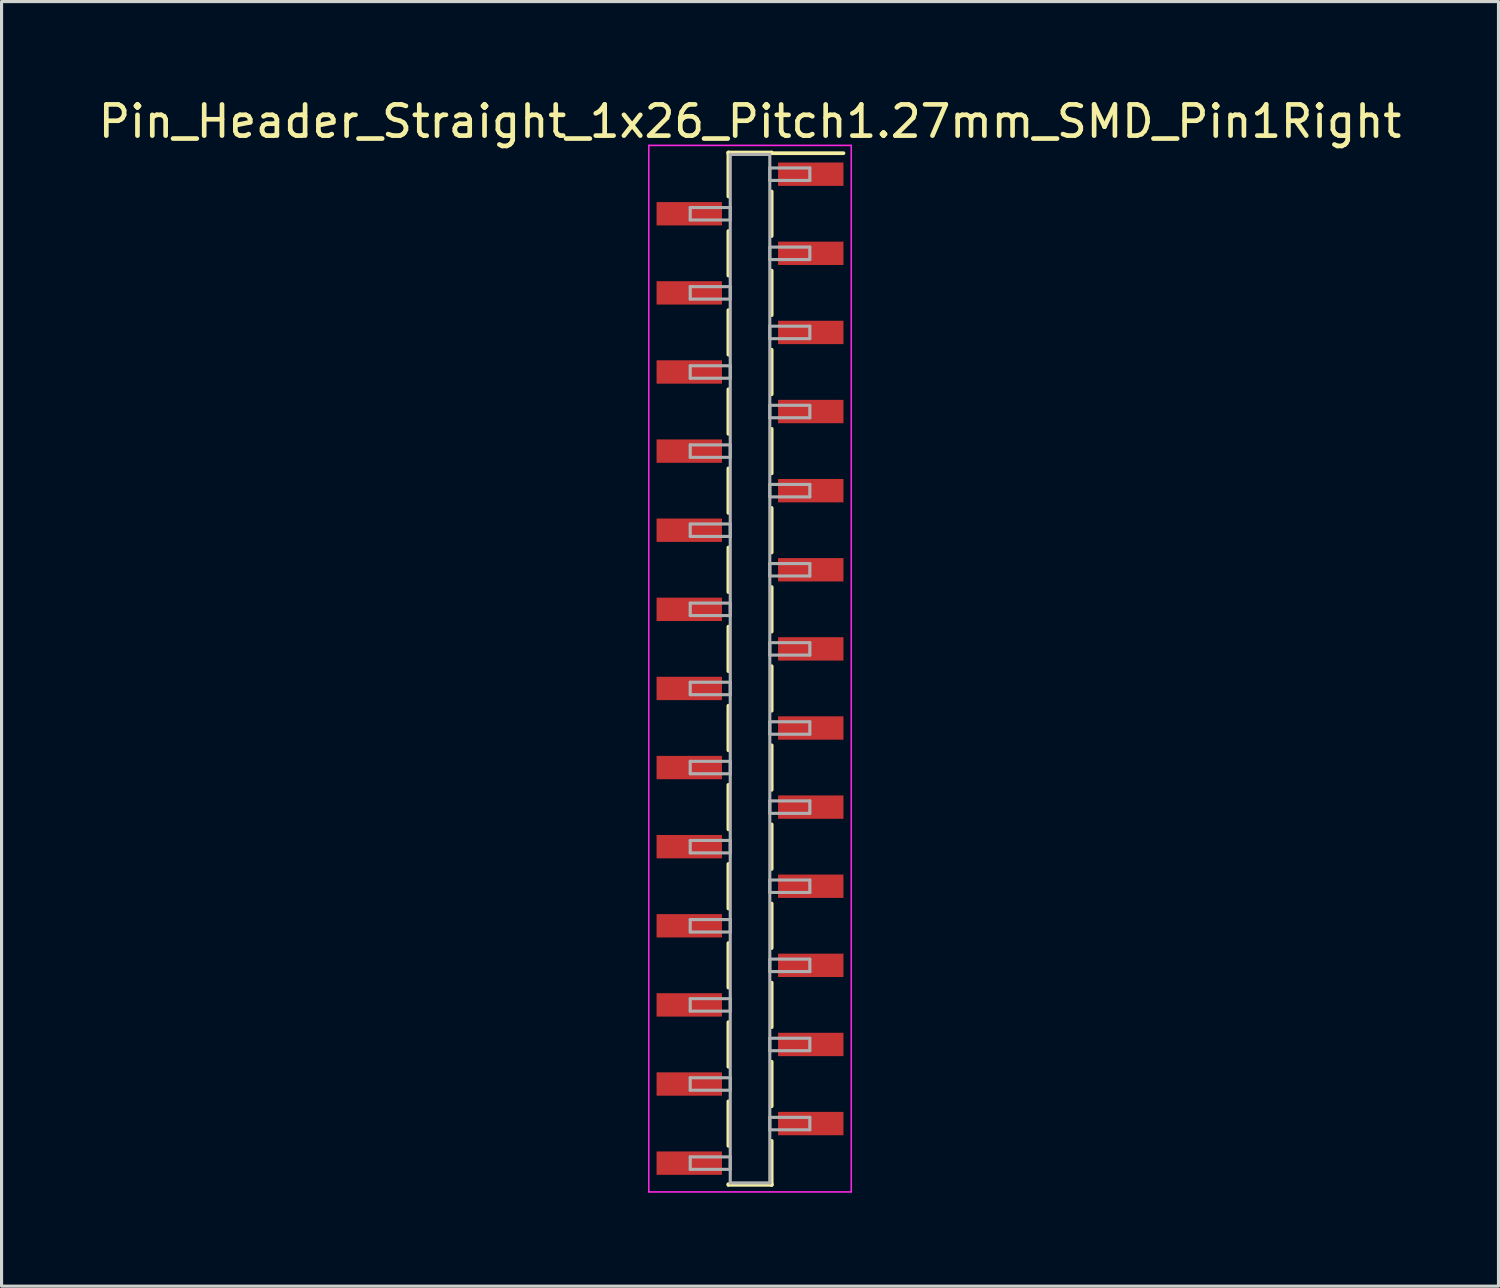
<source format=kicad_pcb>
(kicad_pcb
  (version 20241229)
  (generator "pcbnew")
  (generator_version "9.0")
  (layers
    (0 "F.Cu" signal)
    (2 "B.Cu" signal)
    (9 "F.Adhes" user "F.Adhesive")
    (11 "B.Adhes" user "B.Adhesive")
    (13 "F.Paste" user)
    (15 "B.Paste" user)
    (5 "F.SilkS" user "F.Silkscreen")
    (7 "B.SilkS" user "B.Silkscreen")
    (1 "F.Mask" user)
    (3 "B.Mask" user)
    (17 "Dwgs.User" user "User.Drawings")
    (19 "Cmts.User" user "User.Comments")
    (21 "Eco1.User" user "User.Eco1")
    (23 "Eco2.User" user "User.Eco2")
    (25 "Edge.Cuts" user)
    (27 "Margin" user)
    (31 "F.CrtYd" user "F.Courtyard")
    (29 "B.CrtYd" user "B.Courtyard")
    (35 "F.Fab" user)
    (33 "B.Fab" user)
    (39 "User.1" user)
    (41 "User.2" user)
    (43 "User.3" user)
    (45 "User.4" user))
  (footprint "Pin_Header_Straight_1x26_Pitch1.27mm_SMD_Pin1Right"
    (layer "F.Cu")
    (at 21.03 18.418)
    (property "Reference" "Pin_Header_Straight_1x26_Pitch1.27mm_SMD_Pin1Right" (at 0 -17.57 0) (layer "F.SilkS") (effects (font (size 1 1) (thickness 0.15))))
    (attr smd)
    (fp_line (start -0.695 -16.57) (end -0.695 -15.16) (stroke (width 0.12) (type solid)) (layer "F.SilkS"))
    (fp_line (start -0.695 -16.57) (end 0.695 -16.57) (stroke (width 0.12) (type solid)) (layer "F.SilkS"))
    (fp_line (start -0.695 -16.55) (end -0.695 -16.57) (stroke (width 0.12) (type solid)) (layer "F.SilkS"))
    (fp_line (start -0.695 -14.05) (end -0.695 -12.62) (stroke (width 0.12) (type solid)) (layer "F.SilkS"))
    (fp_line (start -0.695 -11.51) (end -0.695 -10.08) (stroke (width 0.12) (type solid)) (layer "F.SilkS"))
    (fp_line (start -0.695 -8.97) (end -0.695 -7.54) (stroke (width 0.12) (type solid)) (layer "F.SilkS"))
    (fp_line (start -0.695 -6.43) (end -0.695 -5) (stroke (width 0.12) (type solid)) (layer "F.SilkS"))
    (fp_line (start -0.695 -3.89) (end -0.695 -2.46) (stroke (width 0.12) (type solid)) (layer "F.SilkS"))
    (fp_line (start -0.695 -1.35) (end -0.695 0.08) (stroke (width 0.12) (type solid)) (layer "F.SilkS"))
    (fp_line (start -0.695 1.19) (end -0.695 2.62) (stroke (width 0.12) (type solid)) (layer "F.SilkS"))
    (fp_line (start -0.695 3.73) (end -0.695 5.16) (stroke (width 0.12) (type solid)) (layer "F.SilkS"))
    (fp_line (start -0.695 6.27) (end -0.695 7.7) (stroke (width 0.12) (type solid)) (layer "F.SilkS"))
    (fp_line (start -0.695 8.81) (end -0.695 10.24) (stroke (width 0.12) (type solid)) (layer "F.SilkS"))
    (fp_line (start -0.695 11.35) (end -0.695 12.78) (stroke (width 0.12) (type solid)) (layer "F.SilkS"))
    (fp_line (start -0.695 13.89) (end -0.695 15.32) (stroke (width 0.12) (type solid)) (layer "F.SilkS"))
    (fp_line (start -0.695 16.55) (end -0.695 16.57) (stroke (width 0.12) (type solid)) (layer "F.SilkS"))
    (fp_line (start -0.695 16.57) (end 0.695 16.57) (stroke (width 0.12) (type solid)) (layer "F.SilkS"))
    (fp_line (start 0.695 -16.57) (end 0.695 -16.55) (stroke (width 0.12) (type solid)) (layer "F.SilkS"))
    (fp_line (start 0.695 -16.55) (end 3 -16.55) (stroke (width 0.12) (type solid)) (layer "F.SilkS"))
    (fp_line (start 0.695 -15.32) (end 0.695 -13.89) (stroke (width 0.12) (type solid)) (layer "F.SilkS"))
    (fp_line (start 0.695 -12.78) (end 0.695 -11.35) (stroke (width 0.12) (type solid)) (layer "F.SilkS"))
    (fp_line (start 0.695 -10.24) (end 0.695 -8.81) (stroke (width 0.12) (type solid)) (layer "F.SilkS"))
    (fp_line (start 0.695 -7.7) (end 0.695 -6.27) (stroke (width 0.12) (type solid)) (layer "F.SilkS"))
    (fp_line (start 0.695 -5.16) (end 0.695 -3.73) (stroke (width 0.12) (type solid)) (layer "F.SilkS"))
    (fp_line (start 0.695 -2.62) (end 0.695 -1.19) (stroke (width 0.12) (type solid)) (layer "F.SilkS"))
    (fp_line (start 0.695 -0.08) (end 0.695 1.35) (stroke (width 0.12) (type solid)) (layer "F.SilkS"))
    (fp_line (start 0.695 2.46) (end 0.695 3.89) (stroke (width 0.12) (type solid)) (layer "F.SilkS"))
    (fp_line (start 0.695 5) (end 0.695 6.43) (stroke (width 0.12) (type solid)) (layer "F.SilkS"))
    (fp_line (start 0.695 7.54) (end 0.695 8.97) (stroke (width 0.12) (type solid)) (layer "F.SilkS"))
    (fp_line (start 0.695 10.08) (end 0.695 11.51) (stroke (width 0.12) (type solid)) (layer "F.SilkS"))
    (fp_line (start 0.695 12.62) (end 0.695 14.05) (stroke (width 0.12) (type solid)) (layer "F.SilkS"))
    (fp_line (start 0.695 15.16) (end 0.695 16.57) (stroke (width 0.12) (type solid)) (layer "F.SilkS"))
    (fp_line (start 0.695 16.57) (end 0.695 16.55) (stroke (width 0.12) (type solid)) (layer "F.SilkS"))
    (fp_line (start -3.25 -16.8) (end -3.25 16.8) (stroke (width 0.05) (type solid)) (layer "F.CrtYd"))
    (fp_line (start -3.25 16.8) (end 3.25 16.8) (stroke (width 0.05) (type solid)) (layer "F.CrtYd"))
    (fp_line (start 3.25 -16.8) (end -3.25 -16.8) (stroke (width 0.05) (type solid)) (layer "F.CrtYd"))
    (fp_line (start 3.25 16.8) (end 3.25 -16.8) (stroke (width 0.05) (type solid)) (layer "F.CrtYd"))
    (fp_line (start -1.92 -14.805) (end -0.635 -14.805) (stroke (width 0.1) (type solid)) (layer "F.Fab"))
    (fp_line (start -1.92 -14.405) (end -1.92 -14.805) (stroke (width 0.1) (type solid)) (layer "F.Fab"))
    (fp_line (start -1.92 -12.265) (end -0.635 -12.265) (stroke (width 0.1) (type solid)) (layer "F.Fab"))
    (fp_line (start -1.92 -11.865) (end -1.92 -12.265) (stroke (width 0.1) (type solid)) (layer "F.Fab"))
    (fp_line (start -1.92 -9.725) (end -0.635 -9.725) (stroke (width 0.1) (type solid)) (layer "F.Fab"))
    (fp_line (start -1.92 -9.325) (end -1.92 -9.725) (stroke (width 0.1) (type solid)) (layer "F.Fab"))
    (fp_line (start -1.92 -7.185) (end -0.635 -7.185) (stroke (width 0.1) (type solid)) (layer "F.Fab"))
    (fp_line (start -1.92 -6.785) (end -1.92 -7.185) (stroke (width 0.1) (type solid)) (layer "F.Fab"))
    (fp_line (start -1.92 -4.645) (end -0.635 -4.645) (stroke (width 0.1) (type solid)) (layer "F.Fab"))
    (fp_line (start -1.92 -4.245) (end -1.92 -4.645) (stroke (width 0.1) (type solid)) (layer "F.Fab"))
    (fp_line (start -1.92 -2.105) (end -0.635 -2.105) (stroke (width 0.1) (type solid)) (layer "F.Fab"))
    (fp_line (start -1.92 -1.705) (end -1.92 -2.105) (stroke (width 0.1) (type solid)) (layer "F.Fab"))
    (fp_line (start -1.92 0.435) (end -0.635 0.435) (stroke (width 0.1) (type solid)) (layer "F.Fab"))
    (fp_line (start -1.92 0.835) (end -1.92 0.435) (stroke (width 0.1) (type solid)) (layer "F.Fab"))
    (fp_line (start -1.92 2.975) (end -0.635 2.975) (stroke (width 0.1) (type solid)) (layer "F.Fab"))
    (fp_line (start -1.92 3.375) (end -1.92 2.975) (stroke (width 0.1) (type solid)) (layer "F.Fab"))
    (fp_line (start -1.92 5.515) (end -0.635 5.515) (stroke (width 0.1) (type solid)) (layer "F.Fab"))
    (fp_line (start -1.92 5.915) (end -1.92 5.515) (stroke (width 0.1) (type solid)) (layer "F.Fab"))
    (fp_line (start -1.92 8.055) (end -0.635 8.055) (stroke (width 0.1) (type solid)) (layer "F.Fab"))
    (fp_line (start -1.92 8.455) (end -1.92 8.055) (stroke (width 0.1) (type solid)) (layer "F.Fab"))
    (fp_line (start -1.92 10.595) (end -0.635 10.595) (stroke (width 0.1) (type solid)) (layer "F.Fab"))
    (fp_line (start -1.92 10.995) (end -1.92 10.595) (stroke (width 0.1) (type solid)) (layer "F.Fab"))
    (fp_line (start -1.92 13.135) (end -0.635 13.135) (stroke (width 0.1) (type solid)) (layer "F.Fab"))
    (fp_line (start -1.92 13.535) (end -1.92 13.135) (stroke (width 0.1) (type solid)) (layer "F.Fab"))
    (fp_line (start -1.92 15.675) (end -0.635 15.675) (stroke (width 0.1) (type solid)) (layer "F.Fab"))
    (fp_line (start -1.92 16.075) (end -1.92 15.675) (stroke (width 0.1) (type solid)) (layer "F.Fab"))
    (fp_line (start -0.635 -16.51) (end -0.635 16.51) (stroke (width 0.1) (type solid)) (layer "F.Fab"))
    (fp_line (start -0.635 -14.805) (end -0.635 -14.405) (stroke (width 0.1) (type solid)) (layer "F.Fab"))
    (fp_line (start -0.635 -14.405) (end -1.92 -14.405) (stroke (width 0.1) (type solid)) (layer "F.Fab"))
    (fp_line (start -0.635 -12.265) (end -0.635 -11.865) (stroke (width 0.1) (type solid)) (layer "F.Fab"))
    (fp_line (start -0.635 -11.865) (end -1.92 -11.865) (stroke (width 0.1) (type solid)) (layer "F.Fab"))
    (fp_line (start -0.635 -9.725) (end -0.635 -9.325) (stroke (width 0.1) (type solid)) (layer "F.Fab"))
    (fp_line (start -0.635 -9.325) (end -1.92 -9.325) (stroke (width 0.1) (type solid)) (layer "F.Fab"))
    (fp_line (start -0.635 -7.185) (end -0.635 -6.785) (stroke (width 0.1) (type solid)) (layer "F.Fab"))
    (fp_line (start -0.635 -6.785) (end -1.92 -6.785) (stroke (width 0.1) (type solid)) (layer "F.Fab"))
    (fp_line (start -0.635 -4.645) (end -0.635 -4.245) (stroke (width 0.1) (type solid)) (layer "F.Fab"))
    (fp_line (start -0.635 -4.245) (end -1.92 -4.245) (stroke (width 0.1) (type solid)) (layer "F.Fab"))
    (fp_line (start -0.635 -2.105) (end -0.635 -1.705) (stroke (width 0.1) (type solid)) (layer "F.Fab"))
    (fp_line (start -0.635 -1.705) (end -1.92 -1.705) (stroke (width 0.1) (type solid)) (layer "F.Fab"))
    (fp_line (start -0.635 0.435) (end -0.635 0.835) (stroke (width 0.1) (type solid)) (layer "F.Fab"))
    (fp_line (start -0.635 0.835) (end -1.92 0.835) (stroke (width 0.1) (type solid)) (layer "F.Fab"))
    (fp_line (start -0.635 2.975) (end -0.635 3.375) (stroke (width 0.1) (type solid)) (layer "F.Fab"))
    (fp_line (start -0.635 3.375) (end -1.92 3.375) (stroke (width 0.1) (type solid)) (layer "F.Fab"))
    (fp_line (start -0.635 5.515) (end -0.635 5.915) (stroke (width 0.1) (type solid)) (layer "F.Fab"))
    (fp_line (start -0.635 5.915) (end -1.92 5.915) (stroke (width 0.1) (type solid)) (layer "F.Fab"))
    (fp_line (start -0.635 8.055) (end -0.635 8.455) (stroke (width 0.1) (type solid)) (layer "F.Fab"))
    (fp_line (start -0.635 8.455) (end -1.92 8.455) (stroke (width 0.1) (type solid)) (layer "F.Fab"))
    (fp_line (start -0.635 10.595) (end -0.635 10.995) (stroke (width 0.1) (type solid)) (layer "F.Fab"))
    (fp_line (start -0.635 10.995) (end -1.92 10.995) (stroke (width 0.1) (type solid)) (layer "F.Fab"))
    (fp_line (start -0.635 13.135) (end -0.635 13.535) (stroke (width 0.1) (type solid)) (layer "F.Fab"))
    (fp_line (start -0.635 13.535) (end -1.92 13.535) (stroke (width 0.1) (type solid)) (layer "F.Fab"))
    (fp_line (start -0.635 15.675) (end -0.635 16.075) (stroke (width 0.1) (type solid)) (layer "F.Fab"))
    (fp_line (start -0.635 16.075) (end -1.92 16.075) (stroke (width 0.1) (type solid)) (layer "F.Fab"))
    (fp_line (start -0.635 16.51) (end 0.635 16.51) (stroke (width 0.1) (type solid)) (layer "F.Fab"))
    (fp_line (start 0.635 -16.51) (end -0.635 -16.51) (stroke (width 0.1) (type solid)) (layer "F.Fab"))
    (fp_line (start 0.635 -16.075) (end 0.635 -15.675) (stroke (width 0.1) (type solid)) (layer "F.Fab"))
    (fp_line (start 0.635 -15.675) (end 1.92 -15.675) (stroke (width 0.1) (type solid)) (layer "F.Fab"))
    (fp_line (start 0.635 -13.535) (end 0.635 -13.135) (stroke (width 0.1) (type solid)) (layer "F.Fab"))
    (fp_line (start 0.635 -13.135) (end 1.92 -13.135) (stroke (width 0.1) (type solid)) (layer "F.Fab"))
    (fp_line (start 0.635 -10.995) (end 0.635 -10.595) (stroke (width 0.1) (type solid)) (layer "F.Fab"))
    (fp_line (start 0.635 -10.595) (end 1.92 -10.595) (stroke (width 0.1) (type solid)) (layer "F.Fab"))
    (fp_line (start 0.635 -8.455) (end 0.635 -8.055) (stroke (width 0.1) (type solid)) (layer "F.Fab"))
    (fp_line (start 0.635 -8.055) (end 1.92 -8.055) (stroke (width 0.1) (type solid)) (layer "F.Fab"))
    (fp_line (start 0.635 -5.915) (end 0.635 -5.515) (stroke (width 0.1) (type solid)) (layer "F.Fab"))
    (fp_line (start 0.635 -5.515) (end 1.92 -5.515) (stroke (width 0.1) (type solid)) (layer "F.Fab"))
    (fp_line (start 0.635 -3.375) (end 0.635 -2.975) (stroke (width 0.1) (type solid)) (layer "F.Fab"))
    (fp_line (start 0.635 -2.975) (end 1.92 -2.975) (stroke (width 0.1) (type solid)) (layer "F.Fab"))
    (fp_line (start 0.635 -0.835) (end 0.635 -0.435) (stroke (width 0.1) (type solid)) (layer "F.Fab"))
    (fp_line (start 0.635 -0.435) (end 1.92 -0.435) (stroke (width 0.1) (type solid)) (layer "F.Fab"))
    (fp_line (start 0.635 1.705) (end 0.635 2.105) (stroke (width 0.1) (type solid)) (layer "F.Fab"))
    (fp_line (start 0.635 2.105) (end 1.92 2.105) (stroke (width 0.1) (type solid)) (layer "F.Fab"))
    (fp_line (start 0.635 4.245) (end 0.635 4.645) (stroke (width 0.1) (type solid)) (layer "F.Fab"))
    (fp_line (start 0.635 4.645) (end 1.92 4.645) (stroke (width 0.1) (type solid)) (layer "F.Fab"))
    (fp_line (start 0.635 6.785) (end 0.635 7.185) (stroke (width 0.1) (type solid)) (layer "F.Fab"))
    (fp_line (start 0.635 7.185) (end 1.92 7.185) (stroke (width 0.1) (type solid)) (layer "F.Fab"))
    (fp_line (start 0.635 9.325) (end 0.635 9.725) (stroke (width 0.1) (type solid)) (layer "F.Fab"))
    (fp_line (start 0.635 9.725) (end 1.92 9.725) (stroke (width 0.1) (type solid)) (layer "F.Fab"))
    (fp_line (start 0.635 11.865) (end 0.635 12.265) (stroke (width 0.1) (type solid)) (layer "F.Fab"))
    (fp_line (start 0.635 12.265) (end 1.92 12.265) (stroke (width 0.1) (type solid)) (layer "F.Fab"))
    (fp_line (start 0.635 14.405) (end 0.635 14.805) (stroke (width 0.1) (type solid)) (layer "F.Fab"))
    (fp_line (start 0.635 14.805) (end 1.92 14.805) (stroke (width 0.1) (type solid)) (layer "F.Fab"))
    (fp_line (start 0.635 16.51) (end 0.635 -16.51) (stroke (width 0.1) (type solid)) (layer "F.Fab"))
    (fp_line (start 1.92 -16.075) (end 0.635 -16.075) (stroke (width 0.1) (type solid)) (layer "F.Fab"))
    (fp_line (start 1.92 -15.675) (end 1.92 -16.075) (stroke (width 0.1) (type solid)) (layer "F.Fab"))
    (fp_line (start 1.92 -13.535) (end 0.635 -13.535) (stroke (width 0.1) (type solid)) (layer "F.Fab"))
    (fp_line (start 1.92 -13.135) (end 1.92 -13.535) (stroke (width 0.1) (type solid)) (layer "F.Fab"))
    (fp_line (start 1.92 -10.995) (end 0.635 -10.995) (stroke (width 0.1) (type solid)) (layer "F.Fab"))
    (fp_line (start 1.92 -10.595) (end 1.92 -10.995) (stroke (width 0.1) (type solid)) (layer "F.Fab"))
    (fp_line (start 1.92 -8.455) (end 0.635 -8.455) (stroke (width 0.1) (type solid)) (layer "F.Fab"))
    (fp_line (start 1.92 -8.055) (end 1.92 -8.455) (stroke (width 0.1) (type solid)) (layer "F.Fab"))
    (fp_line (start 1.92 -5.915) (end 0.635 -5.915) (stroke (width 0.1) (type solid)) (layer "F.Fab"))
    (fp_line (start 1.92 -5.515) (end 1.92 -5.915) (stroke (width 0.1) (type solid)) (layer "F.Fab"))
    (fp_line (start 1.92 -3.375) (end 0.635 -3.375) (stroke (width 0.1) (type solid)) (layer "F.Fab"))
    (fp_line (start 1.92 -2.975) (end 1.92 -3.375) (stroke (width 0.1) (type solid)) (layer "F.Fab"))
    (fp_line (start 1.92 -0.835) (end 0.635 -0.835) (stroke (width 0.1) (type solid)) (layer "F.Fab"))
    (fp_line (start 1.92 -0.435) (end 1.92 -0.835) (stroke (width 0.1) (type solid)) (layer "F.Fab"))
    (fp_line (start 1.92 1.705) (end 0.635 1.705) (stroke (width 0.1) (type solid)) (layer "F.Fab"))
    (fp_line (start 1.92 2.105) (end 1.92 1.705) (stroke (width 0.1) (type solid)) (layer "F.Fab"))
    (fp_line (start 1.92 4.245) (end 0.635 4.245) (stroke (width 0.1) (type solid)) (layer "F.Fab"))
    (fp_line (start 1.92 4.645) (end 1.92 4.245) (stroke (width 0.1) (type solid)) (layer "F.Fab"))
    (fp_line (start 1.92 6.785) (end 0.635 6.785) (stroke (width 0.1) (type solid)) (layer "F.Fab"))
    (fp_line (start 1.92 7.185) (end 1.92 6.785) (stroke (width 0.1) (type solid)) (layer "F.Fab"))
    (fp_line (start 1.92 9.325) (end 0.635 9.325) (stroke (width 0.1) (type solid)) (layer "F.Fab"))
    (fp_line (start 1.92 9.725) (end 1.92 9.325) (stroke (width 0.1) (type solid)) (layer "F.Fab"))
    (fp_line (start 1.92 11.865) (end 0.635 11.865) (stroke (width 0.1) (type solid)) (layer "F.Fab"))
    (fp_line (start 1.92 12.265) (end 1.92 11.865) (stroke (width 0.1) (type solid)) (layer "F.Fab"))
    (fp_line (start 1.92 14.405) (end 0.635 14.405) (stroke (width 0.1) (type solid)) (layer "F.Fab"))
    (fp_line (start 1.92 14.805) (end 1.92 14.405) (stroke (width 0.1) (type solid)) (layer "F.Fab"))
    (pad "1" smd rect (at 1.95 -15.875) (size 2.1 0.75) (layers "F.Cu" "F.Mask"))
    (pad "2" smd rect (at -1.95 -14.605) (size 2.1 0.75) (layers "F.Cu" "F.Mask"))
    (pad "3" smd rect (at 1.95 -13.335) (size 2.1 0.75) (layers "F.Cu" "F.Mask"))
    (pad "4" smd rect (at -1.95 -12.065) (size 2.1 0.75) (layers "F.Cu" "F.Mask"))
    (pad "5" smd rect (at 1.95 -10.795) (size 2.1 0.75) (layers "F.Cu" "F.Mask"))
    (pad "6" smd rect (at -1.95 -9.525) (size 2.1 0.75) (layers "F.Cu" "F.Mask"))
    (pad "7" smd rect (at 1.95 -8.255) (size 2.1 0.75) (layers "F.Cu" "F.Mask"))
    (pad "8" smd rect (at -1.95 -6.985) (size 2.1 0.75) (layers "F.Cu" "F.Mask"))
    (pad "9" smd rect (at 1.95 -5.715) (size 2.1 0.75) (layers "F.Cu" "F.Mask"))
    (pad "10" smd rect (at -1.95 -4.445) (size 2.1 0.75) (layers "F.Cu" "F.Mask"))
    (pad "11" smd rect (at 1.95 -3.175) (size 2.1 0.75) (layers "F.Cu" "F.Mask"))
    (pad "12" smd rect (at -1.95 -1.905) (size 2.1 0.75) (layers "F.Cu" "F.Mask"))
    (pad "13" smd rect (at 1.95 -0.635) (size 2.1 0.75) (layers "F.Cu" "F.Mask"))
    (pad "14" smd rect (at -1.95 0.635) (size 2.1 0.75) (layers "F.Cu" "F.Mask"))
    (pad "15" smd rect (at 1.95 1.905) (size 2.1 0.75) (layers "F.Cu" "F.Mask"))
    (pad "16" smd rect (at -1.95 3.175) (size 2.1 0.75) (layers "F.Cu" "F.Mask"))
    (pad "17" smd rect (at 1.95 4.445) (size 2.1 0.75) (layers "F.Cu" "F.Mask"))
    (pad "18" smd rect (at -1.95 5.715) (size 2.1 0.75) (layers "F.Cu" "F.Mask"))
    (pad "19" smd rect (at 1.95 6.985) (size 2.1 0.75) (layers "F.Cu" "F.Mask"))
    (pad "20" smd rect (at -1.95 8.255) (size 2.1 0.75) (layers "F.Cu" "F.Mask"))
    (pad "21" smd rect (at 1.95 9.525) (size 2.1 0.75) (layers "F.Cu" "F.Mask"))
    (pad "22" smd rect (at -1.95 10.795) (size 2.1 0.75) (layers "F.Cu" "F.Mask"))
    (pad "23" smd rect (at 1.95 12.065) (size 2.1 0.75) (layers "F.Cu" "F.Mask"))
    (pad "24" smd rect (at -1.95 13.335) (size 2.1 0.75) (layers "F.Cu" "F.Mask"))
    (pad "25" smd rect (at 1.95 14.605) (size 2.1 0.75) (layers "F.Cu" "F.Mask"))
    (pad "26" smd rect (at -1.95 15.875) (size 2.1 0.75) (layers "F.Cu" "F.Mask")))
  (gr_rect
    (start -3 -3)
    (end 45.06 38.243)
    (stroke (width 0.1) (type default))
    (fill no)
    (layer "Edge.Cuts")))
</source>
